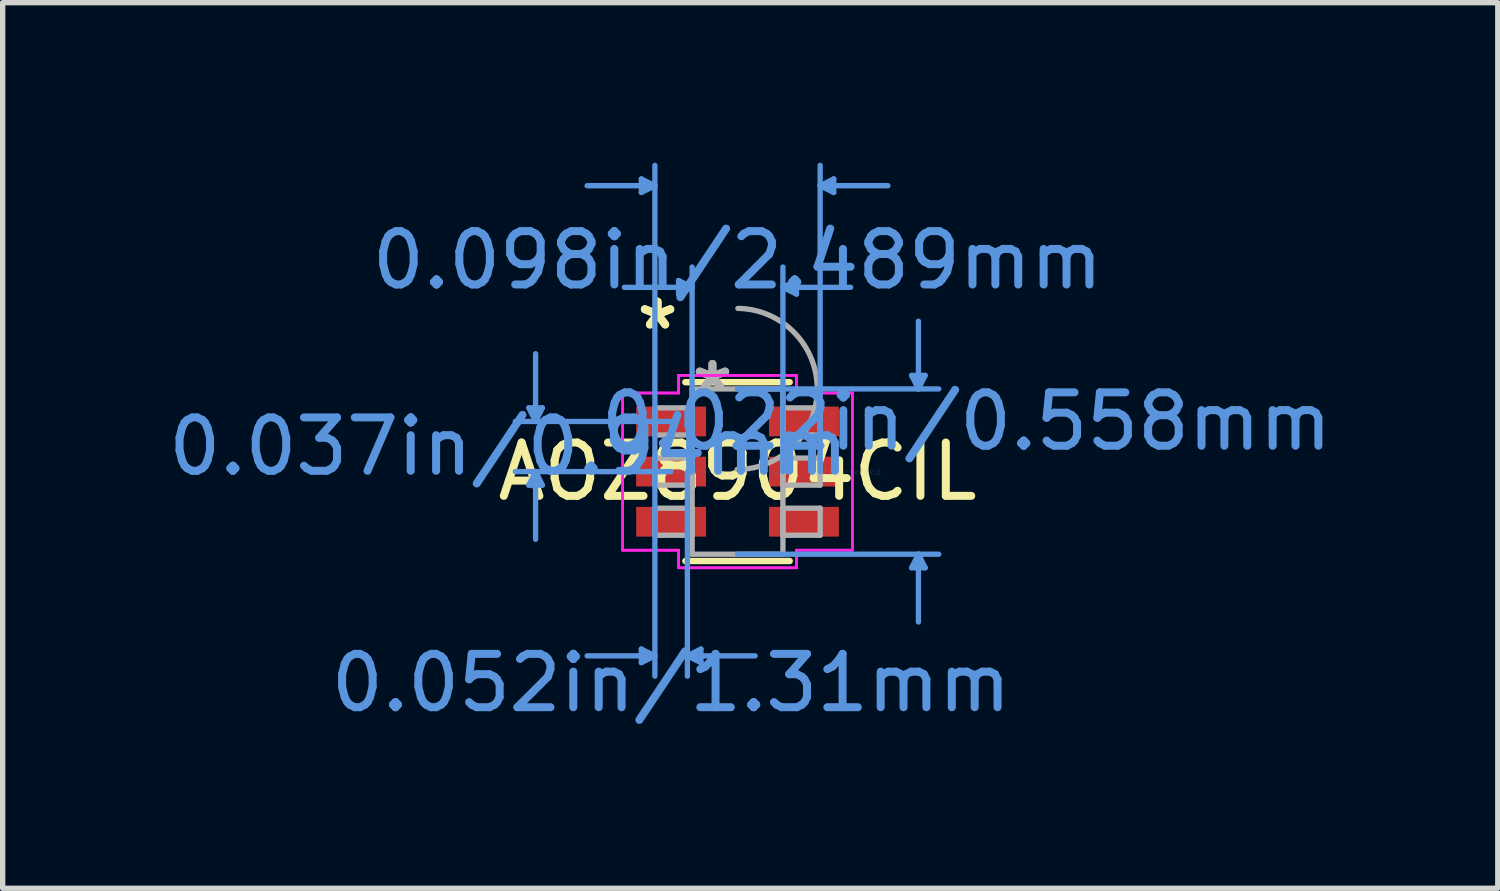
<source format=kicad_pcb>
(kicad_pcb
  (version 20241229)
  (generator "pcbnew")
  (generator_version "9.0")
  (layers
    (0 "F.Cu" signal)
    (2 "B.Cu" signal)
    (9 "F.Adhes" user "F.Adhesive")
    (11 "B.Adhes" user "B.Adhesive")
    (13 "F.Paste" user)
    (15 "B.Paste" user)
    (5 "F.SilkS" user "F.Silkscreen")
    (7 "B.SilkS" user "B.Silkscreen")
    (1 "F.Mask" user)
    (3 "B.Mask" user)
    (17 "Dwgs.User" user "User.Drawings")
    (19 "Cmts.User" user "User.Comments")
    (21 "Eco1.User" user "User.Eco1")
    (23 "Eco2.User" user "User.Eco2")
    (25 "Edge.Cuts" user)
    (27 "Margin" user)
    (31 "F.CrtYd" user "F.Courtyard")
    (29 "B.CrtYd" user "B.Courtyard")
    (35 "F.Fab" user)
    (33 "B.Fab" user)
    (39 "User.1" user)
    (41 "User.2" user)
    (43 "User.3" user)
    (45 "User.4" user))
  (footprint "AOZ8904CIL"
    (layer "F.Cu")
    (at 10.775 5.79)
    (property "Reference" "AOZ8904CIL" (at 0 0 0) (layer "F.SilkS") (effects (font (size 1 1) (thickness 0.15))))
    (attr through_hole)
    (fp_line (start -0.978 1.676) (end 0.978 1.676) (stroke (width 0.12) (type solid)) (layer "F.SilkS"))
    (fp_line (start 0.978 -1.676) (end -0.978 -1.676) (stroke (width 0.12) (type solid)) (layer "F.SilkS"))
    (fp_line (start -3.912 -1.194) (end -3.658 -1.194) (stroke (width 0.1) (type solid)) (layer "Cmts.User"))
    (fp_line (start -3.912 0.254) (end -3.658 0.254) (stroke (width 0.1) (type solid)) (layer "Cmts.User"))
    (fp_line (start -3.785 -0.94) (end -3.912 -1.194) (stroke (width 0.1) (type solid)) (layer "Cmts.User"))
    (fp_line (start -3.785 -0.94) (end -3.785 -2.21) (stroke (width 0.1) (type solid)) (layer "Cmts.User"))
    (fp_line (start -3.785 -0.94) (end -3.658 -1.194) (stroke (width 0.1) (type solid)) (layer "Cmts.User"))
    (fp_line (start -3.785 0) (end -3.912 0.254) (stroke (width 0.1) (type solid)) (layer "Cmts.User"))
    (fp_line (start -3.785 0) (end -3.785 1.27) (stroke (width 0.1) (type solid)) (layer "Cmts.User"))
    (fp_line (start -3.785 0) (end -3.658 0.254) (stroke (width 0.1) (type solid)) (layer "Cmts.User"))
    (fp_line (start -1.803 -5.486) (end -1.803 -5.232) (stroke (width 0.1) (type solid)) (layer "Cmts.User"))
    (fp_line (start -1.803 3.327) (end -1.803 3.581) (stroke (width 0.1) (type solid)) (layer "Cmts.User"))
    (fp_line (start -1.549 -5.359) (end -2.819 -5.359) (stroke (width 0.1) (type solid)) (layer "Cmts.User"))
    (fp_line (start -1.549 -5.359) (end -1.803 -5.486) (stroke (width 0.1) (type solid)) (layer "Cmts.User"))
    (fp_line (start -1.549 -5.359) (end -1.803 -5.232) (stroke (width 0.1) (type solid)) (layer "Cmts.User"))
    (fp_line (start -1.549 0) (end -1.549 -5.74) (stroke (width 0.1) (type solid)) (layer "Cmts.User"))
    (fp_line (start -1.549 0) (end -1.549 3.835) (stroke (width 0.1) (type solid)) (layer "Cmts.User"))
    (fp_line (start -1.549 3.454) (end -2.819 3.454) (stroke (width 0.1) (type solid)) (layer "Cmts.User"))
    (fp_line (start -1.549 3.454) (end -1.803 3.327) (stroke (width 0.1) (type solid)) (layer "Cmts.User"))
    (fp_line (start -1.549 3.454) (end -1.803 3.581) (stroke (width 0.1) (type solid)) (layer "Cmts.User"))
    (fp_line (start -1.245 -0.94) (end -4.166 -0.94) (stroke (width 0.1) (type solid)) (layer "Cmts.User"))
    (fp_line (start -1.245 0) (end -4.166 0) (stroke (width 0.1) (type solid)) (layer "Cmts.User"))
    (fp_line (start -1.105 -3.581) (end -1.105 -3.327) (stroke (width 0.1) (type solid)) (layer "Cmts.User"))
    (fp_line (start -0.94 0) (end -0.94 3.835) (stroke (width 0.1) (type solid)) (layer "Cmts.User"))
    (fp_line (start -0.94 3.454) (end -0.686 3.327) (stroke (width 0.1) (type solid)) (layer "Cmts.User"))
    (fp_line (start -0.94 3.454) (end -0.686 3.581) (stroke (width 0.1) (type solid)) (layer "Cmts.User"))
    (fp_line (start -0.94 3.454) (end 0.33 3.454) (stroke (width 0.1) (type solid)) (layer "Cmts.User"))
    (fp_line (start -0.851 -3.454) (end -2.121 -3.454) (stroke (width 0.1) (type solid)) (layer "Cmts.User"))
    (fp_line (start -0.851 -3.454) (end -1.105 -3.581) (stroke (width 0.1) (type solid)) (layer "Cmts.User"))
    (fp_line (start -0.851 -3.454) (end -1.105 -3.327) (stroke (width 0.1) (type solid)) (layer "Cmts.User"))
    (fp_line (start -0.851 0) (end -0.851 -3.835) (stroke (width 0.1) (type solid)) (layer "Cmts.User"))
    (fp_line (start -0.686 3.327) (end -0.686 3.581) (stroke (width 0.1) (type solid)) (layer "Cmts.User"))
    (fp_line (start 0 -1.549) (end 3.772 -1.549) (stroke (width 0.1) (type solid)) (layer "Cmts.User"))
    (fp_line (start 0 1.549) (end 3.772 1.549) (stroke (width 0.1) (type solid)) (layer "Cmts.User"))
    (fp_line (start 0.851 -3.454) (end 1.105 -3.581) (stroke (width 0.1) (type solid)) (layer "Cmts.User"))
    (fp_line (start 0.851 -3.454) (end 1.105 -3.327) (stroke (width 0.1) (type solid)) (layer "Cmts.User"))
    (fp_line (start 0.851 -3.454) (end 2.121 -3.454) (stroke (width 0.1) (type solid)) (layer "Cmts.User"))
    (fp_line (start 0.851 0) (end 0.851 -3.835) (stroke (width 0.1) (type solid)) (layer "Cmts.User"))
    (fp_line (start 1.105 -3.581) (end 1.105 -3.327) (stroke (width 0.1) (type solid)) (layer "Cmts.User"))
    (fp_line (start 1.549 -5.359) (end 1.803 -5.486) (stroke (width 0.1) (type solid)) (layer "Cmts.User"))
    (fp_line (start 1.549 -5.359) (end 1.803 -5.232) (stroke (width 0.1) (type solid)) (layer "Cmts.User"))
    (fp_line (start 1.549 -5.359) (end 2.819 -5.359) (stroke (width 0.1) (type solid)) (layer "Cmts.User"))
    (fp_line (start 1.549 0) (end 1.549 -5.74) (stroke (width 0.1) (type solid)) (layer "Cmts.User"))
    (fp_line (start 1.803 -5.486) (end 1.803 -5.232) (stroke (width 0.1) (type solid)) (layer "Cmts.User"))
    (fp_line (start 3.264 -1.803) (end 3.518 -1.803) (stroke (width 0.1) (type solid)) (layer "Cmts.User"))
    (fp_line (start 3.264 1.803) (end 3.518 1.803) (stroke (width 0.1) (type solid)) (layer "Cmts.User"))
    (fp_line (start 3.391 -1.549) (end 3.264 -1.803) (stroke (width 0.1) (type solid)) (layer "Cmts.User"))
    (fp_line (start 3.391 -1.549) (end 3.391 -2.819) (stroke (width 0.1) (type solid)) (layer "Cmts.User"))
    (fp_line (start 3.391 -1.549) (end 3.518 -1.803) (stroke (width 0.1) (type solid)) (layer "Cmts.User"))
    (fp_line (start 3.391 1.549) (end 3.264 1.803) (stroke (width 0.1) (type solid)) (layer "Cmts.User"))
    (fp_line (start 3.391 1.549) (end 3.391 2.819) (stroke (width 0.1) (type solid)) (layer "Cmts.User"))
    (fp_line (start 3.391 1.549) (end 3.518 1.803) (stroke (width 0.1) (type solid)) (layer "Cmts.User"))
    (fp_line (start -2.153 -1.473) (end -1.105 -1.473) (stroke (width 0.05) (type solid)) (layer "F.CrtYd"))
    (fp_line (start -2.153 -1.473) (end -1.105 -1.473) (stroke (width 0.05) (type solid)) (layer "F.CrtYd"))
    (fp_line (start -2.153 1.473) (end -2.153 -1.473) (stroke (width 0.05) (type solid)) (layer "F.CrtYd"))
    (fp_line (start -2.153 1.473) (end -2.153 -1.473) (stroke (width 0.05) (type solid)) (layer "F.CrtYd"))
    (fp_line (start -2.153 1.473) (end -1.105 1.473) (stroke (width 0.05) (type solid)) (layer "F.CrtYd"))
    (fp_line (start -1.105 -1.803) (end 1.105 -1.803) (stroke (width 0.05) (type solid)) (layer "F.CrtYd"))
    (fp_line (start -1.105 -1.803) (end 1.105 -1.803) (stroke (width 0.05) (type solid)) (layer "F.CrtYd"))
    (fp_line (start -1.105 -1.473) (end -1.105 -1.803) (stroke (width 0.05) (type solid)) (layer "F.CrtYd"))
    (fp_line (start -1.105 -1.473) (end -1.105 -1.803) (stroke (width 0.05) (type solid)) (layer "F.CrtYd"))
    (fp_line (start -1.105 1.473) (end -2.153 1.473) (stroke (width 0.05) (type solid)) (layer "F.CrtYd"))
    (fp_line (start -1.105 1.803) (end -1.105 1.473) (stroke (width 0.05) (type solid)) (layer "F.CrtYd"))
    (fp_line (start -1.105 1.803) (end -1.105 1.473) (stroke (width 0.05) (type solid)) (layer "F.CrtYd"))
    (fp_line (start 1.105 -1.803) (end 1.105 -1.473) (stroke (width 0.05) (type solid)) (layer "F.CrtYd"))
    (fp_line (start 1.105 -1.803) (end 1.105 -1.473) (stroke (width 0.05) (type solid)) (layer "F.CrtYd"))
    (fp_line (start 1.105 -1.473) (end 2.153 -1.473) (stroke (width 0.05) (type solid)) (layer "F.CrtYd"))
    (fp_line (start 1.105 1.473) (end 1.105 1.803) (stroke (width 0.05) (type solid)) (layer "F.CrtYd"))
    (fp_line (start 1.105 1.473) (end 1.105 1.803) (stroke (width 0.05) (type solid)) (layer "F.CrtYd"))
    (fp_line (start 1.105 1.803) (end -1.105 1.803) (stroke (width 0.05) (type solid)) (layer "F.CrtYd"))
    (fp_line (start 1.105 1.803) (end -1.105 1.803) (stroke (width 0.05) (type solid)) (layer "F.CrtYd"))
    (fp_line (start 2.153 -1.473) (end 1.105 -1.473) (stroke (width 0.05) (type solid)) (layer "F.CrtYd"))
    (fp_line (start 2.153 -1.473) (end 2.153 1.473) (stroke (width 0.05) (type solid)) (layer "F.CrtYd"))
    (fp_line (start 2.153 -1.473) (end 2.153 1.473) (stroke (width 0.05) (type solid)) (layer "F.CrtYd"))
    (fp_line (start 2.153 1.473) (end 1.105 1.473) (stroke (width 0.05) (type solid)) (layer "F.CrtYd"))
    (fp_line (start 2.153 1.473) (end 1.105 1.473) (stroke (width 0.05) (type solid)) (layer "F.CrtYd"))
    (fp_line (start -1.549 -1.194) (end -1.549 -0.686) (stroke (width 0.1) (type solid)) (layer "F.Fab"))
    (fp_line (start -1.549 -0.686) (end -0.851 -0.686) (stroke (width 0.1) (type solid)) (layer "F.Fab"))
    (fp_line (start -1.549 -0.254) (end -1.549 0.254) (stroke (width 0.1) (type solid)) (layer "F.Fab"))
    (fp_line (start -1.549 0.254) (end -0.851 0.254) (stroke (width 0.1) (type solid)) (layer "F.Fab"))
    (fp_line (start -1.549 0.686) (end -1.549 1.194) (stroke (width 0.1) (type solid)) (layer "F.Fab"))
    (fp_line (start -1.549 1.194) (end -0.851 1.194) (stroke (width 0.1) (type solid)) (layer "F.Fab"))
    (fp_line (start -0.851 -1.549) (end -0.851 1.549) (stroke (width 0.1) (type solid)) (layer "F.Fab"))
    (fp_line (start -0.851 -1.194) (end -1.549 -1.194) (stroke (width 0.1) (type solid)) (layer "F.Fab"))
    (fp_line (start -0.851 -0.686) (end -0.851 -1.194) (stroke (width 0.1) (type solid)) (layer "F.Fab"))
    (fp_line (start -0.851 -0.254) (end -1.549 -0.254) (stroke (width 0.1) (type solid)) (layer "F.Fab"))
    (fp_line (start -0.851 0.254) (end -0.851 -0.254) (stroke (width 0.1) (type solid)) (layer "F.Fab"))
    (fp_line (start -0.851 0.686) (end -1.549 0.686) (stroke (width 0.1) (type solid)) (layer "F.Fab"))
    (fp_line (start -0.851 1.194) (end -0.851 0.686) (stroke (width 0.1) (type solid)) (layer "F.Fab"))
    (fp_line (start -0.851 1.549) (end 0.851 1.549) (stroke (width 0.1) (type solid)) (layer "F.Fab"))
    (fp_line (start 0.851 -1.549) (end -0.851 -1.549) (stroke (width 0.1) (type solid)) (layer "F.Fab"))
    (fp_line (start 0.851 -1.194) (end 0.851 -0.686) (stroke (width 0.1) (type solid)) (layer "F.Fab"))
    (fp_line (start 0.851 -0.686) (end 1.549 -0.686) (stroke (width 0.1) (type solid)) (layer "F.Fab"))
    (fp_line (start 0.851 -0.254) (end 0.851 0.254) (stroke (width 0.1) (type solid)) (layer "F.Fab"))
    (fp_line (start 0.851 0.254) (end 1.549 0.254) (stroke (width 0.1) (type solid)) (layer "F.Fab"))
    (fp_line (start 0.851 0.686) (end 0.851 1.194) (stroke (width 0.1) (type solid)) (layer "F.Fab"))
    (fp_line (start 0.851 1.194) (end 1.549 1.194) (stroke (width 0.1) (type solid)) (layer "F.Fab"))
    (fp_line (start 0.851 1.549) (end 0.851 -1.549) (stroke (width 0.1) (type solid)) (layer "F.Fab"))
    (fp_line (start 1.549 -1.194) (end 0.851 -1.194) (stroke (width 0.1) (type solid)) (layer "F.Fab"))
    (fp_line (start 1.549 -0.686) (end 1.549 -1.194) (stroke (width 0.1) (type solid)) (layer "F.Fab"))
    (fp_line (start 1.549 -0.254) (end 0.851 -0.254) (stroke (width 0.1) (type solid)) (layer "F.Fab"))
    (fp_line (start 1.549 0.254) (end 1.549 -0.254) (stroke (width 0.1) (type solid)) (layer "F.Fab"))
    (fp_line (start 1.549 0.686) (end 0.851 0.686) (stroke (width 0.1) (type solid)) (layer "F.Fab"))
    (fp_line (start 1.549 1.194) (end 1.549 0.686) (stroke (width 0.1) (type solid)) (layer "F.Fab"))
    (fp_arc (start 0.007742 -3.059445) (mid 1.510045 -1.541658) (end -0.007742 -0.039355) (stroke (width 0.1) (type solid)) (layer "F.Fab"))
    (fp_text user "*" (at -1.499 -2.641 0) (layer "F.SilkS") (effects (font (size 1 1) (thickness 0.15))))
    (fp_text user "*" (at -1.499 -2.641 0) (layer "F.SilkS") (effects (font (size 1 1) (thickness 0.15))))
    (fp_text user "0.037in/0.94mm" (at -4.293 -0.47 0) (layer "Cmts.User") (effects (font (size 1 1) (thickness 0.15))))
    (fp_text user "Copyright 2021 Accelerated Designs. All rights reserved." (at 0 0 0) (layer "Cmts.User") (effects (font (size 0.127 0.127) (thickness 0.002))))
    (fp_text user "0.022in/0.558mm" (at 4.293 -0.94 0) (layer "Cmts.User") (effects (font (size 1 1) (thickness 0.15))))
    (fp_text user "0.052in/1.31mm" (at -1.245 3.962 0) (layer "Cmts.User") (effects (font (size 1 1) (thickness 0.15))))
    (fp_text user "0.098in/2.489mm" (at 0 -3.962 0) (layer "Cmts.User") (effects (font (size 1 1) (thickness 0.15))))
    (fp_text user "*" (at -0.47 -1.473 0) (layer "F.Fab") (effects (font (size 1 1) (thickness 0.15))))
    (fp_text user "*" (at -0.47 -1.473 0) (layer "F.Fab") (effects (font (size 1 1) (thickness 0.15))))
    (pad "1" smd rect (at -1.245 -0.94) (size 1.31 0.558) (layers "F.Cu" "F.Mask" "F.Paste"))
    (pad "2" smd rect (at -1.245 0) (size 1.31 0.558) (layers "F.Cu" "F.Mask" "F.Paste"))
    (pad "3" smd rect (at -1.245 0.94) (size 1.31 0.558) (layers "F.Cu" "F.Mask" "F.Paste"))
    (pad "4" smd rect (at 1.245 0.94) (size 1.31 0.558) (layers "F.Cu" "F.Mask" "F.Paste"))
    (pad "5" smd rect (at 1.245 0) (size 1.31 0.558) (layers "F.Cu" "F.Mask" "F.Paste"))
    (pad "6" smd rect (at 1.245 -0.94) (size 1.31 0.558) (layers "F.Cu" "F.Mask" "F.Paste")))
  (gr_rect
    (start -3 -3)
    (end 25.026 13.601)
    (stroke (width 0.1) (type default))
    (fill no)
    (layer "Edge.Cuts")))
</source>
